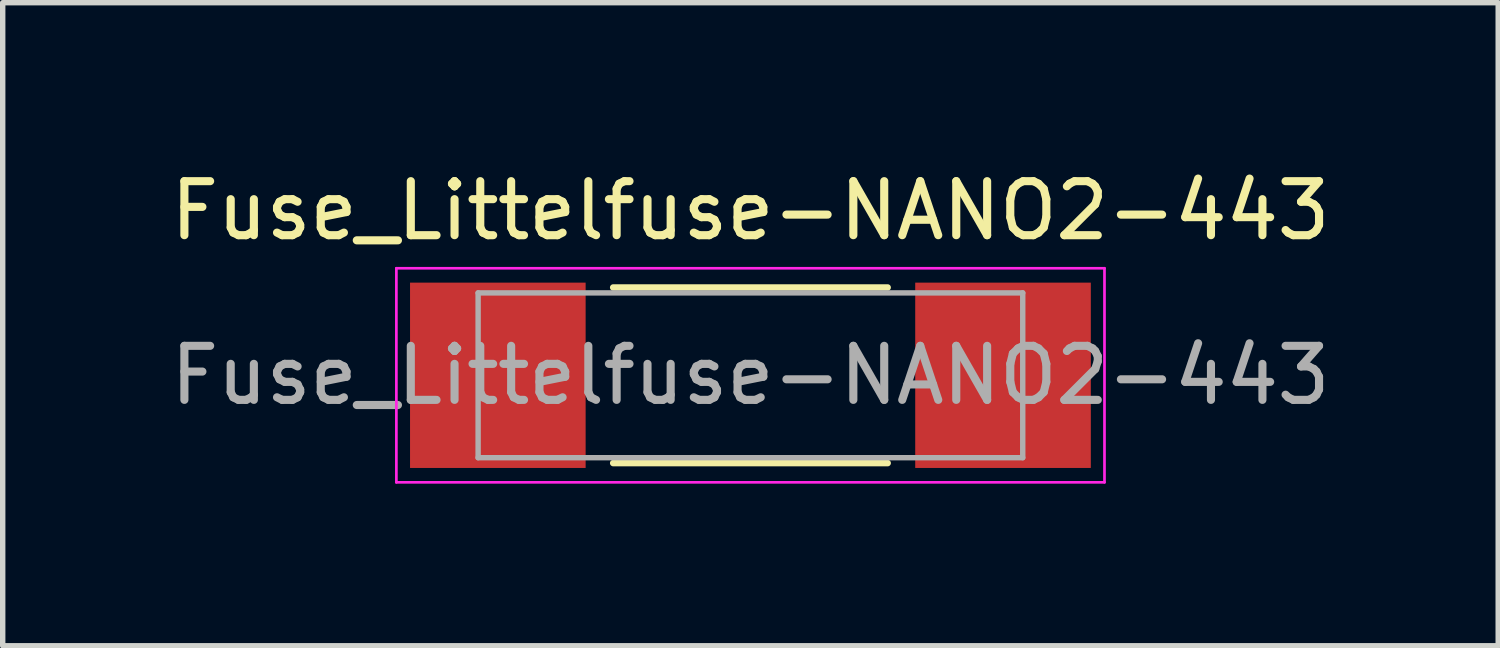
<source format=kicad_pcb>
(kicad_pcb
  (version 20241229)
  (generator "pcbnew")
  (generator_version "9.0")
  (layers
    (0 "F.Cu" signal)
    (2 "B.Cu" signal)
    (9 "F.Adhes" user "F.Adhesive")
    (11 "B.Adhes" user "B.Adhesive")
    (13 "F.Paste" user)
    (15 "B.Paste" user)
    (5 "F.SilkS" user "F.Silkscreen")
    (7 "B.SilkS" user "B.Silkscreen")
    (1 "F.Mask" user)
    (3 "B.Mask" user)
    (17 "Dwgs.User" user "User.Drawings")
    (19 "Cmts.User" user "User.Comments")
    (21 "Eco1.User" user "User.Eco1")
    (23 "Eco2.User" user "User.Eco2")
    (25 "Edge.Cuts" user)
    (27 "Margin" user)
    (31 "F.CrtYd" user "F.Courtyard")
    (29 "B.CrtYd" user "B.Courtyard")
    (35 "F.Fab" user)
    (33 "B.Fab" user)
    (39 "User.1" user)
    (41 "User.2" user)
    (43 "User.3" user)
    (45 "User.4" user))
  (footprint "Fuse_Littelfuse-NANO2-443"
    (layer "F.Cu")
    (at 10.839 3.896)
    (property "Reference" "Fuse_Littelfuse-NANO2-443" (at 0 -3.048 0) (unlocked yes) (layer "F.SilkS") (effects (font (size 1 1) (thickness 0.15))))
    (attr smd)
    (fp_line (start -2.54 -1.625) (end 2.54 -1.625) (stroke (width 0.12) (type solid)) (layer "F.SilkS"))
    (fp_line (start -2.54 1.625) (end 2.54 1.625) (stroke (width 0.12) (type solid)) (layer "F.SilkS"))
    (fp_line (start -6.553 -1.981) (end 6.553 -1.981) (stroke (width 0.05) (type solid)) (layer "F.CrtYd"))
    (fp_line (start -6.553 1.981) (end -6.553 -1.981) (stroke (width 0.05) (type solid)) (layer "F.CrtYd"))
    (fp_line (start 6.553 -1.981) (end 6.553 1.981) (stroke (width 0.05) (type solid)) (layer "F.CrtYd"))
    (fp_line (start 6.553 1.981) (end -6.553 1.981) (stroke (width 0.05) (type solid)) (layer "F.CrtYd"))
    (fp_line (start -5.04 -1.525) (end -5.04 1.525) (stroke (width 0.1) (type solid)) (layer "F.Fab"))
    (fp_line (start -5.04 -1.525) (end 5.04 -1.525) (stroke (width 0.1) (type solid)) (layer "F.Fab"))
    (fp_line (start -5.04 1.525) (end 5.04 1.525) (stroke (width 0.1) (type solid)) (layer "F.Fab"))
    (fp_line (start 5.04 1.525) (end 5.04 -1.525) (stroke (width 0.1) (type solid)) (layer "F.Fab"))
    (fp_text user "${REFERENCE}" (at 0 0 0) (layer "F.Fab") (effects (font (size 1 1) (thickness 0.15))))
    (pad "1" smd rect (at -4.675 0) (size 3.25 3.43) (layers "F.Cu" "F.Mask" "F.Paste"))
    (pad "2" smd rect (at 4.675 0) (size 3.25 3.43) (layers "F.Cu" "F.Mask" "F.Paste")))
  (gr_rect
    (start -3 -3)
    (end 24.679 8.902)
    (stroke (width 0.1) (type default))
    (fill no)
    (layer "Edge.Cuts")))
</source>
